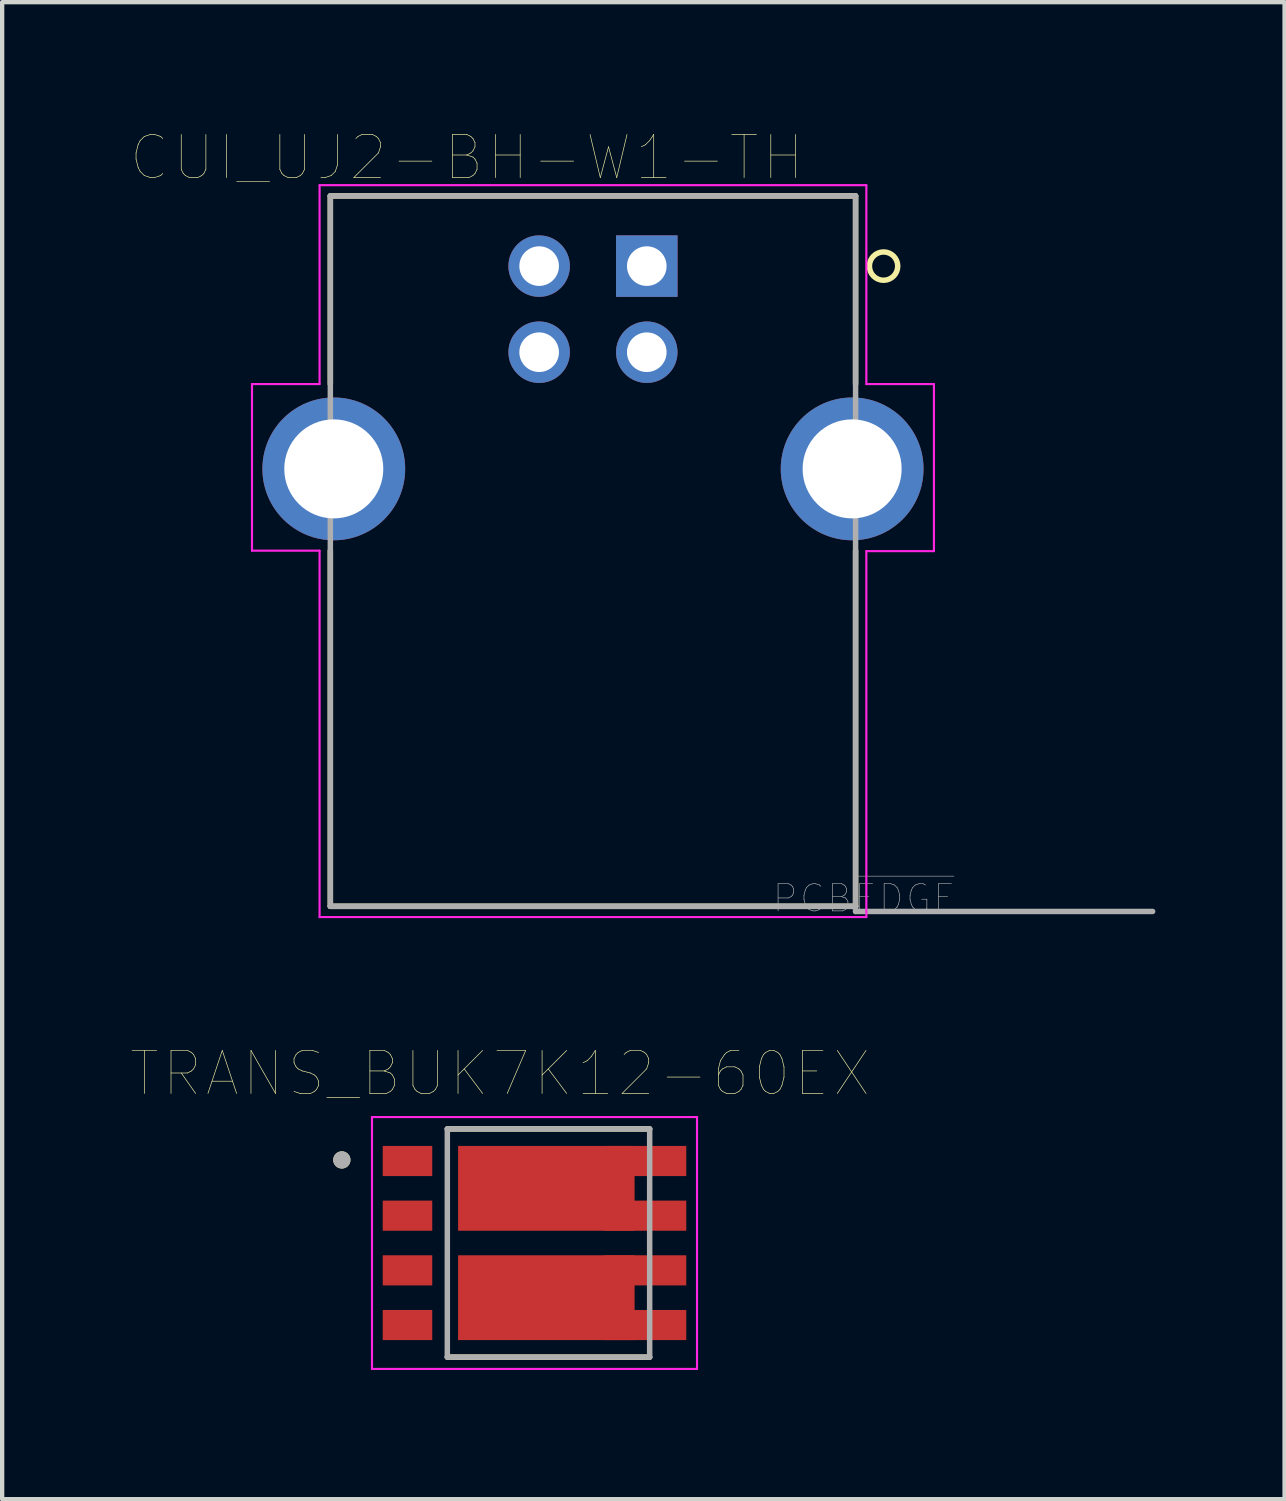
<source format=kicad_pcb>
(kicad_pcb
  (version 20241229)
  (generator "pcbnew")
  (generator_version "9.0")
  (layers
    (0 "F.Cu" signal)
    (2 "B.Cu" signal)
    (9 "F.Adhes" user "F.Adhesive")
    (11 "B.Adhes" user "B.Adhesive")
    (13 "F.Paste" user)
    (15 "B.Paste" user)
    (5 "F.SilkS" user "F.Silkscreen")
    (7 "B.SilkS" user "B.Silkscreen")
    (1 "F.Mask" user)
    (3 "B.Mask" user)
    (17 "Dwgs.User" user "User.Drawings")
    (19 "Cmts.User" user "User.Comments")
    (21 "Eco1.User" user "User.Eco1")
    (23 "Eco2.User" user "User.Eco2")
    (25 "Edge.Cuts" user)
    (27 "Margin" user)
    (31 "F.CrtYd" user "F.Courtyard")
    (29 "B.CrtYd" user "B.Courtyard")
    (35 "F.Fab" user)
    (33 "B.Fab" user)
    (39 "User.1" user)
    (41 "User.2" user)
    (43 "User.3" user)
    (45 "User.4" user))
  (footprint "CUI_UJ2-BH-W1-TH"
    (layer "F.Cu")
    (at 11.973 3.131)
    (property "Reference" "CUI_UJ2-BH-W1-TH" (at -4.181 -2.519 0) (layer "F.SilkS") (effects (font (size 1.002 1.002) (thickness 0.015))))
    (attr through_hole)
    (fp_line (start -7.35 -1.63) (end 4.85 -1.63) (stroke (width 0.127) (type solid)) (layer "F.SilkS"))
    (fp_line (start -7.35 2.74) (end -7.35 -1.63) (stroke (width 0.127) (type solid)) (layer "F.SilkS"))
    (fp_line (start -7.35 6.61) (end -7.35 14.87) (stroke (width 0.127) (type solid)) (layer "F.SilkS"))
    (fp_line (start -7.35 14.87) (end 4.85 14.87) (stroke (width 0.127) (type solid)) (layer "F.SilkS"))
    (fp_line (start 4.85 -1.63) (end 4.85 2.74) (stroke (width 0.127) (type solid)) (layer "F.SilkS"))
    (fp_line (start 4.85 14.87) (end 4.85 6.61) (stroke (width 0.127) (type solid)) (layer "F.SilkS"))
    (fp_circle (center 5.5 0) (end 5.829 0) (stroke (width 0.127) (type solid)) (fill no) (layer "F.SilkS"))
    (fp_line (start -9.17 2.74) (end -7.6 2.74) (stroke (width 0.05) (type solid)) (layer "F.CrtYd"))
    (fp_line (start -9.17 6.61) (end -9.17 2.74) (stroke (width 0.05) (type solid)) (layer "F.CrtYd"))
    (fp_line (start -7.6 -1.88) (end 5.1 -1.88) (stroke (width 0.05) (type solid)) (layer "F.CrtYd"))
    (fp_line (start -7.6 2.74) (end -7.6 -1.88) (stroke (width 0.05) (type solid)) (layer "F.CrtYd"))
    (fp_line (start -7.6 6.61) (end -9.17 6.61) (stroke (width 0.05) (type solid)) (layer "F.CrtYd"))
    (fp_line (start -7.6 15.12) (end -7.6 6.61) (stroke (width 0.05) (type solid)) (layer "F.CrtYd"))
    (fp_line (start 5.1 -1.88) (end 5.1 2.74) (stroke (width 0.05) (type solid)) (layer "F.CrtYd"))
    (fp_line (start 5.1 2.74) (end 6.67 2.74) (stroke (width 0.05) (type solid)) (layer "F.CrtYd"))
    (fp_line (start 5.1 6.62) (end 5.1 15.12) (stroke (width 0.05) (type solid)) (layer "F.CrtYd"))
    (fp_line (start 5.1 15.12) (end -7.6 15.12) (stroke (width 0.05) (type solid)) (layer "F.CrtYd"))
    (fp_line (start 6.67 2.74) (end 6.67 6.62) (stroke (width 0.05) (type solid)) (layer "F.CrtYd"))
    (fp_line (start 6.67 6.62) (end 5.1 6.62) (stroke (width 0.05) (type solid)) (layer "F.CrtYd"))
    (fp_line (start -7.35 -1.63) (end 4.85 -1.63) (stroke (width 0.127) (type solid)) (layer "F.Fab"))
    (fp_line (start -7.35 14.87) (end -7.35 -1.63) (stroke (width 0.127) (type solid)) (layer "F.Fab"))
    (fp_line (start 4.85 -1.63) (end 4.85 14.87) (stroke (width 0.127) (type solid)) (layer "F.Fab"))
    (fp_line (start 4.85 14.87) (end -7.35 14.87) (stroke (width 0.127) (type solid)) (layer "F.Fab"))
    (fp_line (start 4.85 14.87) (end 4.85 14.99) (stroke (width 0.127) (type solid)) (layer "F.Fab"))
    (fp_line (start 4.85 14.99) (end 11.75 14.99) (stroke (width 0.127) (type solid)) (layer "F.Fab"))
    (fp_circle (center 0 0) (end 0.2 0) (stroke (width 0.4) (type solid)) (fill no) (layer "F.Fab"))
    (fp_text user "PCB~{EDGE}" (at 5.048 14.685 0) (layer "F.Fab") (effects (font (size 0.631 0.631) (thickness 0.015))))
    (pad "1" thru_hole rect (at 0 0) (size 1.428 1.428) (drill 0.92) (layers "*.Cu" "*.Mask"))
    (pad "2" thru_hole circle (at -2.5 0) (size 1.428 1.428) (drill 0.92) (layers "*.Cu" "*.Mask"))
    (pad "3" thru_hole circle (at -2.5 2) (size 1.428 1.428) (drill 0.92) (layers "*.Cu" "*.Mask"))
    (pad "4" thru_hole circle (at 0 2) (size 1.428 1.428) (drill 0.92) (layers "*.Cu" "*.Mask"))
    (pad "SH1" thru_hole circle (at -7.27 4.71) (size 3.316 3.316) (drill 2.3) (layers "*.Cu" "*.Mask"))
    (pad "SH2" thru_hole circle (at 4.77 4.71) (size 3.316 3.316) (drill 2.3) (layers "*.Cu" "*.Mask")))
  (footprint "TRANS_BUK7K12-60EX"
    (layer "F.Cu")
    (at 9.69 25.822)
    (property "Reference" "TRANS_BUK7K12-60EX" (at -1.125 -3.935 0) (layer "F.SilkS") (effects (font (size 1 1) (thickness 0.015))))
    (attr through_hole)
    (fp_poly (pts (xy 2 -0.285) (xy 2 -2.255) (xy -2.1 -2.255) (xy -2.1 -0.285)) (stroke (width 0.001) (type solid)) (fill yes) (layer "F.Cu"))
    (fp_poly (pts (xy 2 2.255) (xy 2 0.285) (xy -2.1 0.285) (xy -2.1 2.255)) (stroke (width 0.001) (type solid)) (fill yes) (layer "F.Cu"))
    (fp_poly (pts (xy 3.3 -0.185) (xy 3.3 -1.085) (xy 2.1 -1.085) (xy 2.1 -1.455) (xy 3.3 -1.455) (xy 3.3 -2.355) (xy -2.2 -2.355) (xy -2.2 -0.185)) (stroke (width 0.001) (type solid)) (fill yes) (layer "F.Mask"))
    (fp_poly (pts (xy 3.3 2.355) (xy 3.3 1.455) (xy 2.1 1.455) (xy 2.1 1.085) (xy 3.3 1.085) (xy 3.3 0.185) (xy -2.2 0.185) (xy -2.2 2.355)) (stroke (width 0.001) (type solid)) (fill yes) (layer "F.Mask"))
    (fp_line (start -2.35 2.65) (end 2.35 2.65) (stroke (width 0.127) (type solid)) (layer "F.SilkS"))
    (fp_line (start 2.35 -2.65) (end -2.35 -2.65) (stroke (width 0.127) (type solid)) (layer "F.SilkS"))
    (fp_circle (center -4.8 -1.93) (end -4.7 -1.93) (stroke (width 0.2) (type solid)) (fill no) (layer "F.SilkS"))
    (fp_poly (pts (xy -1.925 -1.77) (xy -0.825 -1.77) (xy -0.825 -0.77) (xy -1.925 -0.77)) (stroke (width 0.01) (type solid)) (fill yes) (layer "F.Paste"))
    (fp_poly (pts (xy -1.925 0.77) (xy -0.825 0.77) (xy -0.825 1.77) (xy -1.925 1.77)) (stroke (width 0.01) (type solid)) (fill yes) (layer "F.Paste"))
    (fp_poly (pts (xy -0.125 -1.77) (xy 0.975 -1.77) (xy 0.975 -0.77) (xy -0.125 -0.77)) (stroke (width 0.01) (type solid)) (fill yes) (layer "F.Paste"))
    (fp_poly (pts (xy -0.125 0.77) (xy 0.975 0.77) (xy 0.975 1.77) (xy -0.125 1.77)) (stroke (width 0.01) (type solid)) (fill yes) (layer "F.Paste"))
    (fp_line (start -4.1 -2.925) (end -4.1 2.925) (stroke (width 0.05) (type solid)) (layer "F.CrtYd"))
    (fp_line (start -4.1 2.925) (end 3.45 2.925) (stroke (width 0.05) (type solid)) (layer "F.CrtYd"))
    (fp_line (start 3.45 -2.925) (end -4.1 -2.925) (stroke (width 0.05) (type solid)) (layer "F.CrtYd"))
    (fp_line (start 3.45 2.925) (end 3.45 -2.925) (stroke (width 0.05) (type solid)) (layer "F.CrtYd"))
    (fp_line (start -2.35 -2.65) (end -2.35 2.65) (stroke (width 0.127) (type solid)) (layer "F.Fab"))
    (fp_line (start -2.35 2.65) (end 2.35 2.65) (stroke (width 0.127) (type solid)) (layer "F.Fab"))
    (fp_line (start 2.35 -2.65) (end -2.35 -2.65) (stroke (width 0.127) (type solid)) (layer "F.Fab"))
    (fp_line (start 2.35 2.65) (end 2.35 -2.65) (stroke (width 0.127) (type solid)) (layer "F.Fab"))
    (fp_circle (center -4.8 -1.93) (end -4.7 -1.93) (stroke (width 0.2) (type solid)) (fill no) (layer "F.Fab"))
    (pad "1" smd rect (at -3.275 -1.905) (size 1.15 0.7) (layers "F.Cu" "F.Mask" "F.Paste"))
    (pad "2" smd rect (at -3.275 -0.635) (size 1.15 0.7) (layers "F.Cu" "F.Mask" "F.Paste"))
    (pad "3" smd rect (at -3.275 0.635) (size 1.15 0.7) (layers "F.Cu" "F.Mask" "F.Paste"))
    (pad "4" smd rect (at -3.275 1.905) (size 1.15 0.7) (layers "F.Cu" "F.Mask" "F.Paste"))
    (pad "5" smd rect (at 2.25 1.905) (size 1.9 0.7) (layers "F.Cu" "F.Paste"))
    (pad "6" smd rect (at 2.25 0.635) (size 1.9 0.7) (layers "F.Cu" "F.Paste"))
    (pad "7" smd rect (at 2.25 -0.635) (size 1.9 0.7) (layers "F.Cu" "F.Paste"))
    (pad "8" smd rect (at 2.25 -1.905) (size 1.9 0.7) (layers "F.Cu" "F.Paste")))
  (gr_rect
    (start -3 -3)
    (end 26.787 31.772)
    (stroke (width 0.1) (type default))
    (fill no)
    (layer "Edge.Cuts")))
</source>
